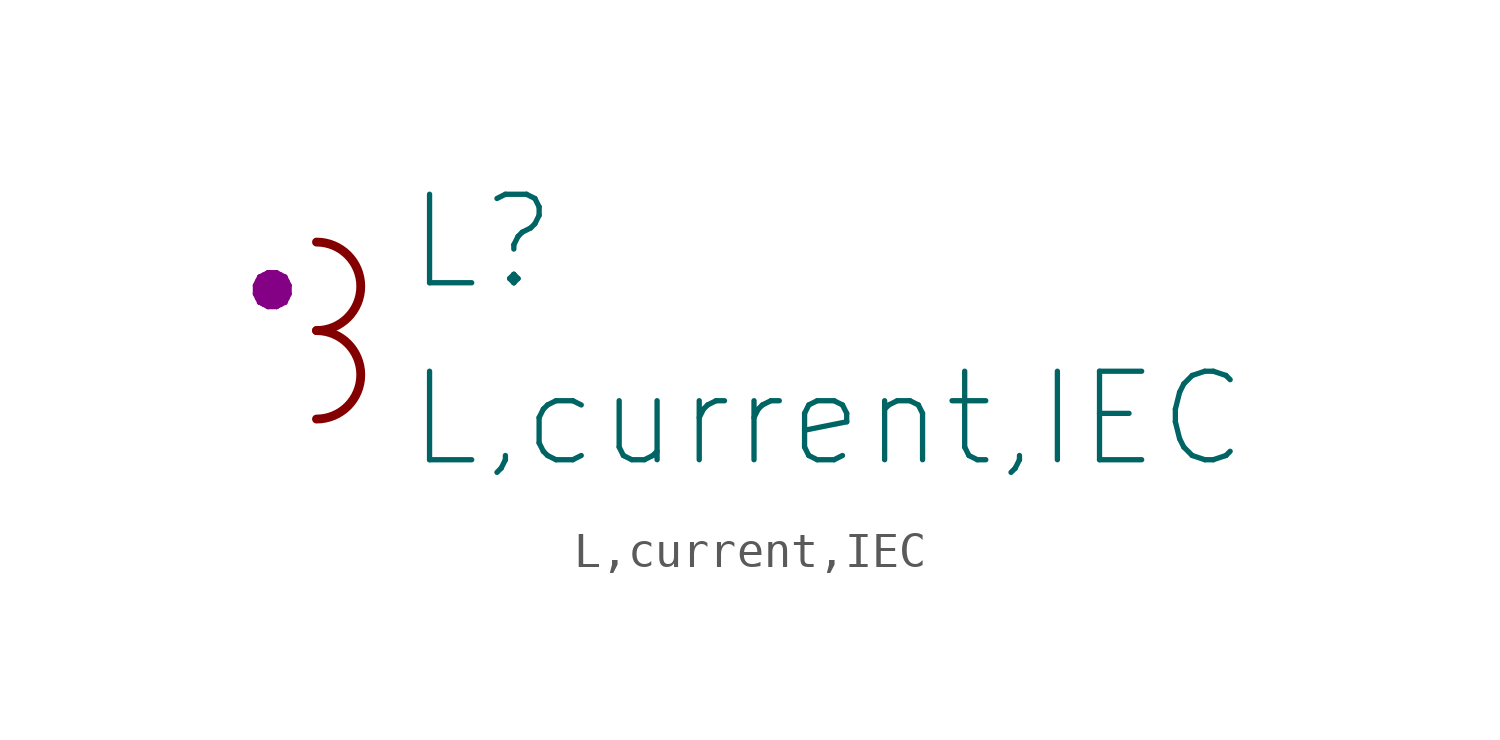
<source format=kicad_sym>
(kicad_symbol_lib
  (version 20211014)
  (generator kicad_symbol_editor)
  (symbol "L,current,IEC"
    (pin_numbers hide)
    (pin_names
      (offset 0) hide)
    (property "Reference" "L"
      (at 2.54 2.54 0)
      (effects (font (size 2.54 2.54)) (justify left)))
    (property "Value" "L,current,IEC"
      (at 2.54 -2.54 0)
      (effects (font (size 2.54 2.54)) (justify left)))
    (property "Indicator" "●"
      (at -1.27 1.27 0)
      (effects (font (size 1.27 1.27))))
    (symbol "L,current,IEC_1_1"
      (arc (start 0 -2.54) (mid 1.27 -1.27) (end 0 0) (stroke (width 0.254) (type default) (color 0 0 0 0)) (fill (type none)))
      (arc (start 0 0) (mid 1.27 1.27) (end 0 2.54) (stroke (width 0.254) (type default) (color 0 0 0 0)) (fill (type none)))
      (pin passive line (at 0 2.54 0) (length 0) (name "+" (effects (font (size 1.27 1.27)))) (number "1" (effects (font (size 1.829 1.829)))))
      (pin passive line (at 0 -2.54 0) (length 0) (name "-" (effects (font (size 1.27 1.27)))) (number "2" (effects (font (size 1.829 1.829))))))))
</source>
